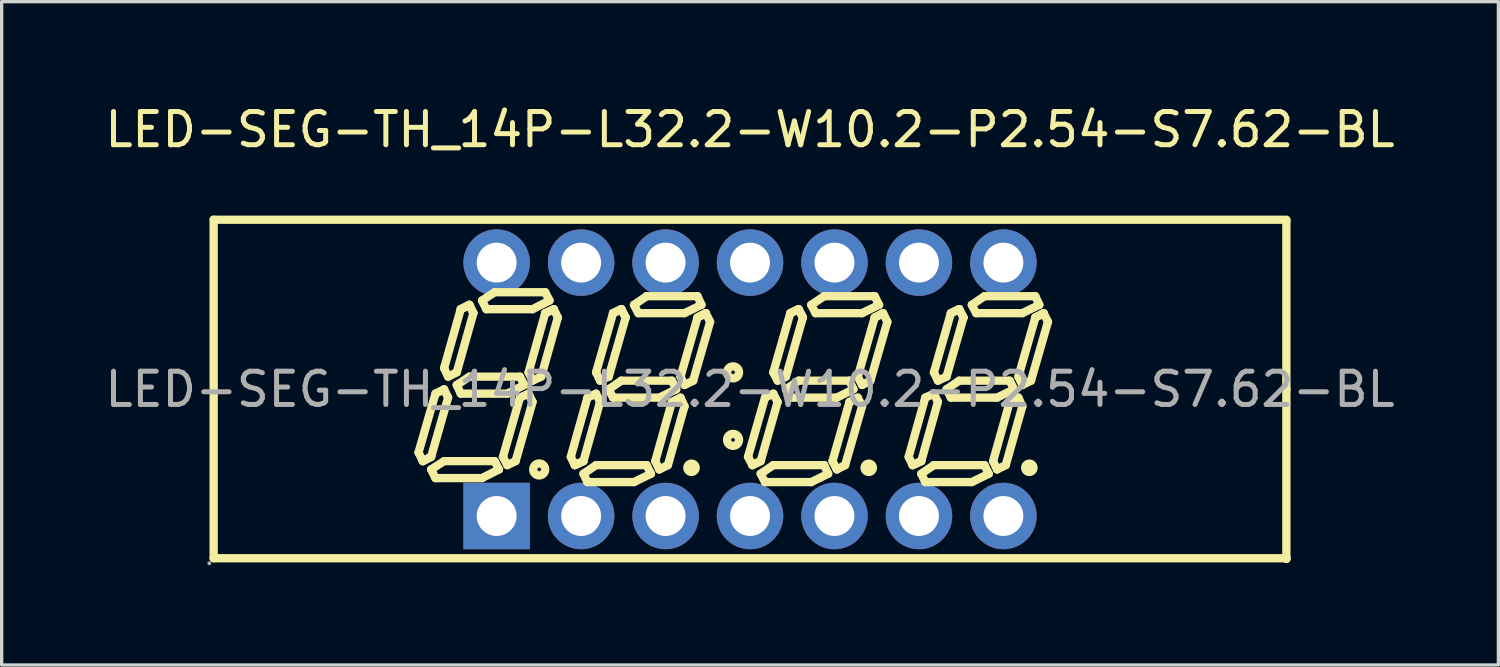
<source format=kicad_pcb>
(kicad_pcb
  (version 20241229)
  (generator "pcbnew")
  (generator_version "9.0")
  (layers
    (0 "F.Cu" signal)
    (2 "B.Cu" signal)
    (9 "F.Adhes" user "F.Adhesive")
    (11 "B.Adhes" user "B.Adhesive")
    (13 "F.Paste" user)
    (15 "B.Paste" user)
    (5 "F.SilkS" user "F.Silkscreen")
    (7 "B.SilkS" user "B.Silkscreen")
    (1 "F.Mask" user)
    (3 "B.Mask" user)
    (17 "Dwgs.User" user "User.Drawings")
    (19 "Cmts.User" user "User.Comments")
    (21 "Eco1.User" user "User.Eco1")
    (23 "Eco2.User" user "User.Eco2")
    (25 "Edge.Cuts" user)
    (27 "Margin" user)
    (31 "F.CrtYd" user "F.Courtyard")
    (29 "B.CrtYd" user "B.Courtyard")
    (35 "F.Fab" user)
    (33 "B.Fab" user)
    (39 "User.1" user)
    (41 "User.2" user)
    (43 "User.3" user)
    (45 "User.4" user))
  (footprint "LED-SEG-TH_14P-L32.2-W10.2-P2.54-S7.62-BL"
    (layer "F.Cu")
    (at 19.506 8.658)
    (property "Reference" "LED-SEG-TH_14P-L32.2-W10.2-P2.54-S7.62-BL" (at 0 -7.81 0) (layer "F.SilkS") (effects (font (size 1 1) (thickness 0.15))))
    (attr through_hole)
    (fp_line (start -16.13 -5.1) (end -16.13 5.08) (stroke (width 0.25) (type solid)) (layer "F.SilkS"))
    (fp_line (start -16.13 5.08) (end 16.13 5.08) (stroke (width 0.25) (type solid)) (layer "F.SilkS"))
    (fp_line (start -9.97 1.9) (end -9.84 2.16) (stroke (width 0.25) (type solid)) (layer "F.SilkS"))
    (fp_line (start -9.84 2.16) (end -9.59 2.03) (stroke (width 0.25) (type solid)) (layer "F.SilkS"))
    (fp_line (start -9.84 2.16) (end -9.59 2.03) (stroke (width 0.25) (type solid)) (layer "F.SilkS"))
    (fp_line (start -9.59 2.03) (end -9.08 0.25) (stroke (width 0.25) (type solid)) (layer "F.SilkS"))
    (fp_line (start -9.59 2.41) (end -9.2 2.16) (stroke (width 0.25) (type solid)) (layer "F.SilkS"))
    (fp_line (start -9.46 0.13) (end -9.97 1.9) (stroke (width 0.25) (type solid)) (layer "F.SilkS"))
    (fp_line (start -9.46 2.67) (end -9.59 2.41) (stroke (width 0.25) (type solid)) (layer "F.SilkS"))
    (fp_line (start -9.2 -0.64) (end -9.08 -0.38) (stroke (width 0.25) (type solid)) (layer "F.SilkS"))
    (fp_line (start -9.2 0) (end -9.46 0.13) (stroke (width 0.25) (type solid)) (layer "F.SilkS"))
    (fp_line (start -9.2 2.16) (end -7.68 2.16) (stroke (width 0.25) (type solid)) (layer "F.SilkS"))
    (fp_line (start -9.08 -0.38) (end -8.82 -0.51) (stroke (width 0.25) (type solid)) (layer "F.SilkS"))
    (fp_line (start -9.08 0.25) (end -9.2 0) (stroke (width 0.25) (type solid)) (layer "F.SilkS"))
    (fp_line (start -8.82 -0.51) (end -8.32 -2.29) (stroke (width 0.25) (type solid)) (layer "F.SilkS"))
    (fp_line (start -8.82 -0.13) (end -8.44 -0.38) (stroke (width 0.25) (type solid)) (layer "F.SilkS"))
    (fp_line (start -8.7 -2.41) (end -9.2 -0.64) (stroke (width 0.25) (type solid)) (layer "F.SilkS"))
    (fp_line (start -8.7 -2.41) (end -8.44 -2.54) (stroke (width 0.25) (type solid)) (layer "F.SilkS"))
    (fp_line (start -8.7 0.13) (end -8.82 -0.13) (stroke (width 0.25) (type solid)) (layer "F.SilkS"))
    (fp_line (start -8.44 -2.54) (end -8.7 -2.41) (stroke (width 0.25) (type solid)) (layer "F.SilkS"))
    (fp_line (start -8.44 -2.54) (end -8.32 -2.29) (stroke (width 0.25) (type solid)) (layer "F.SilkS"))
    (fp_line (start -8.44 -0.38) (end -6.92 -0.38) (stroke (width 0.25) (type solid)) (layer "F.SilkS"))
    (fp_line (start -8.32 -2.29) (end -8.44 -2.54) (stroke (width 0.25) (type solid)) (layer "F.SilkS"))
    (fp_line (start -8.06 -2.67) (end -7.68 -2.92) (stroke (width 0.25) (type solid)) (layer "F.SilkS"))
    (fp_line (start -8.06 2.67) (end -9.46 2.67) (stroke (width 0.25) (type solid)) (layer "F.SilkS"))
    (fp_line (start -7.93 -2.41) (end -8.06 -2.67) (stroke (width 0.25) (type solid)) (layer "F.SilkS"))
    (fp_line (start -7.68 -2.92) (end -6.16 -2.92) (stroke (width 0.25) (type solid)) (layer "F.SilkS"))
    (fp_line (start -7.68 2.16) (end -7.55 2.41) (stroke (width 0.25) (type solid)) (layer "F.SilkS"))
    (fp_line (start -7.55 2.41) (end -8.06 2.67) (stroke (width 0.25) (type solid)) (layer "F.SilkS"))
    (fp_line (start -7.43 2.03) (end -7.3 2.28) (stroke (width 0.25) (type solid)) (layer "F.SilkS"))
    (fp_line (start -7.3 0.13) (end -8.7 0.13) (stroke (width 0.25) (type solid)) (layer "F.SilkS"))
    (fp_line (start -7.3 2.28) (end -7.05 2.16) (stroke (width 0.25) (type solid)) (layer "F.SilkS"))
    (fp_line (start -7.05 2.16) (end -6.54 0.38) (stroke (width 0.25) (type solid)) (layer "F.SilkS"))
    (fp_line (start -6.92 -0.38) (end -6.79 -0.13) (stroke (width 0.25) (type solid)) (layer "F.SilkS"))
    (fp_line (start -6.92 0.25) (end -7.43 2.03) (stroke (width 0.25) (type solid)) (layer "F.SilkS"))
    (fp_line (start -6.79 -0.13) (end -7.3 0.13) (stroke (width 0.25) (type solid)) (layer "F.SilkS"))
    (fp_line (start -6.66 -0.51) (end -6.16 -2.29) (stroke (width 0.25) (type solid)) (layer "F.SilkS"))
    (fp_line (start -6.66 0.13) (end -6.92 0.25) (stroke (width 0.25) (type solid)) (layer "F.SilkS"))
    (fp_line (start -6.54 -2.41) (end -7.93 -2.41) (stroke (width 0.25) (type solid)) (layer "F.SilkS"))
    (fp_line (start -6.54 -0.26) (end -6.66 -0.51) (stroke (width 0.25) (type solid)) (layer "F.SilkS"))
    (fp_line (start -6.54 0.38) (end -6.66 0.13) (stroke (width 0.25) (type solid)) (layer "F.SilkS"))
    (fp_line (start -6.28 -0.38) (end -6.54 -0.26) (stroke (width 0.25) (type solid)) (layer "F.SilkS"))
    (fp_line (start -6.16 -2.92) (end -6.03 -2.67) (stroke (width 0.25) (type solid)) (layer "F.SilkS"))
    (fp_line (start -6.16 -2.29) (end -5.9 -2.41) (stroke (width 0.25) (type solid)) (layer "F.SilkS"))
    (fp_line (start -6.03 -2.67) (end -6.54 -2.41) (stroke (width 0.25) (type solid)) (layer "F.SilkS"))
    (fp_line (start -5.9 -2.41) (end -6.16 -2.29) (stroke (width 0.25) (type solid)) (layer "F.SilkS"))
    (fp_line (start -5.9 -2.41) (end -5.78 -2.16) (stroke (width 0.25) (type solid)) (layer "F.SilkS"))
    (fp_line (start -5.78 -2.16) (end -6.28 -0.38) (stroke (width 0.25) (type solid)) (layer "F.SilkS"))
    (fp_line (start -5.39 2.03) (end -5.27 2.28) (stroke (width 0.25) (type solid)) (layer "F.SilkS"))
    (fp_line (start -5.27 2.28) (end -5.01 2.16) (stroke (width 0.25) (type solid)) (layer "F.SilkS"))
    (fp_line (start -5.27 2.28) (end -5.01 2.16) (stroke (width 0.25) (type solid)) (layer "F.SilkS"))
    (fp_line (start -5.01 2.16) (end -4.51 0.38) (stroke (width 0.25) (type solid)) (layer "F.SilkS"))
    (fp_line (start -5.01 2.54) (end -4.63 2.28) (stroke (width 0.25) (type solid)) (layer "F.SilkS"))
    (fp_line (start -4.89 0.25) (end -5.39 2.03) (stroke (width 0.25) (type solid)) (layer "F.SilkS"))
    (fp_line (start -4.89 2.79) (end -5.01 2.54) (stroke (width 0.25) (type solid)) (layer "F.SilkS"))
    (fp_line (start -4.63 -0.51) (end -4.51 -0.26) (stroke (width 0.25) (type solid)) (layer "F.SilkS"))
    (fp_line (start -4.63 0.13) (end -4.89 0.25) (stroke (width 0.25) (type solid)) (layer "F.SilkS"))
    (fp_line (start -4.63 2.28) (end -3.11 2.28) (stroke (width 0.25) (type solid)) (layer "F.SilkS"))
    (fp_line (start -4.51 -0.26) (end -4.25 -0.38) (stroke (width 0.25) (type solid)) (layer "F.SilkS"))
    (fp_line (start -4.51 0.38) (end -4.63 0.13) (stroke (width 0.25) (type solid)) (layer "F.SilkS"))
    (fp_line (start -4.25 -0.38) (end -3.74 -2.16) (stroke (width 0.25) (type solid)) (layer "F.SilkS"))
    (fp_line (start -4.25 0) (end -3.87 -0.26) (stroke (width 0.25) (type solid)) (layer "F.SilkS"))
    (fp_line (start -4.12 -2.29) (end -4.63 -0.51) (stroke (width 0.25) (type solid)) (layer "F.SilkS"))
    (fp_line (start -4.12 -2.29) (end -3.87 -2.41) (stroke (width 0.25) (type solid)) (layer "F.SilkS"))
    (fp_line (start -4.12 0.25) (end -4.25 0) (stroke (width 0.25) (type solid)) (layer "F.SilkS"))
    (fp_line (start -3.87 -2.41) (end -4.12 -2.29) (stroke (width 0.25) (type solid)) (layer "F.SilkS"))
    (fp_line (start -3.87 -2.41) (end -3.74 -2.16) (stroke (width 0.25) (type solid)) (layer "F.SilkS"))
    (fp_line (start -3.87 -0.26) (end -2.35 -0.26) (stroke (width 0.25) (type solid)) (layer "F.SilkS"))
    (fp_line (start -3.74 -2.16) (end -3.87 -2.41) (stroke (width 0.25) (type solid)) (layer "F.SilkS"))
    (fp_line (start -3.49 -2.54) (end -3.11 -2.8) (stroke (width 0.25) (type solid)) (layer "F.SilkS"))
    (fp_line (start -3.49 2.79) (end -4.89 2.79) (stroke (width 0.25) (type solid)) (layer "F.SilkS"))
    (fp_line (start -3.36 -2.29) (end -3.49 -2.54) (stroke (width 0.25) (type solid)) (layer "F.SilkS"))
    (fp_line (start -3.11 -2.8) (end -1.58 -2.8) (stroke (width 0.25) (type solid)) (layer "F.SilkS"))
    (fp_line (start -3.11 2.28) (end -2.98 2.54) (stroke (width 0.25) (type solid)) (layer "F.SilkS"))
    (fp_line (start -2.98 2.54) (end -3.49 2.79) (stroke (width 0.25) (type solid)) (layer "F.SilkS"))
    (fp_line (start -2.85 2.16) (end -2.73 2.41) (stroke (width 0.25) (type solid)) (layer "F.SilkS"))
    (fp_line (start -2.73 0.25) (end -4.12 0.25) (stroke (width 0.25) (type solid)) (layer "F.SilkS"))
    (fp_line (start -2.73 2.41) (end -2.47 2.28) (stroke (width 0.25) (type solid)) (layer "F.SilkS"))
    (fp_line (start -2.47 2.28) (end -1.97 0.51) (stroke (width 0.25) (type solid)) (layer "F.SilkS"))
    (fp_line (start -2.35 -0.26) (end -2.22 0) (stroke (width 0.25) (type solid)) (layer "F.SilkS"))
    (fp_line (start -2.35 0.38) (end -2.85 2.16) (stroke (width 0.25) (type solid)) (layer "F.SilkS"))
    (fp_line (start -2.22 0) (end -2.73 0.25) (stroke (width 0.25) (type solid)) (layer "F.SilkS"))
    (fp_line (start -2.09 -0.38) (end -1.58 -2.16) (stroke (width 0.25) (type solid)) (layer "F.SilkS"))
    (fp_line (start -2.09 0.25) (end -2.35 0.38) (stroke (width 0.25) (type solid)) (layer "F.SilkS"))
    (fp_line (start -1.97 -2.29) (end -3.36 -2.29) (stroke (width 0.25) (type solid)) (layer "F.SilkS"))
    (fp_line (start -1.97 -0.13) (end -2.09 -0.38) (stroke (width 0.25) (type solid)) (layer "F.SilkS"))
    (fp_line (start -1.97 0.51) (end -2.09 0.25) (stroke (width 0.25) (type solid)) (layer "F.SilkS"))
    (fp_line (start -1.71 -0.26) (end -1.97 -0.13) (stroke (width 0.25) (type solid)) (layer "F.SilkS"))
    (fp_line (start -1.58 -2.8) (end -1.46 -2.54) (stroke (width 0.25) (type solid)) (layer "F.SilkS"))
    (fp_line (start -1.58 -2.16) (end -1.33 -2.29) (stroke (width 0.25) (type solid)) (layer "F.SilkS"))
    (fp_line (start -1.46 -2.54) (end -1.97 -2.29) (stroke (width 0.25) (type solid)) (layer "F.SilkS"))
    (fp_line (start -1.33 -2.29) (end -1.58 -2.16) (stroke (width 0.25) (type solid)) (layer "F.SilkS"))
    (fp_line (start -1.33 -2.29) (end -1.2 -2.03) (stroke (width 0.25) (type solid)) (layer "F.SilkS"))
    (fp_line (start -1.2 -2.03) (end -1.71 -0.26) (stroke (width 0.25) (type solid)) (layer "F.SilkS"))
    (fp_line (start -0.06 2.03) (end 0.07 2.28) (stroke (width 0.25) (type solid)) (layer "F.SilkS"))
    (fp_line (start 0.07 2.28) (end 0.32 2.16) (stroke (width 0.25) (type solid)) (layer "F.SilkS"))
    (fp_line (start 0.07 2.28) (end 0.32 2.16) (stroke (width 0.25) (type solid)) (layer "F.SilkS"))
    (fp_line (start 0.32 2.16) (end 0.83 0.38) (stroke (width 0.25) (type solid)) (layer "F.SilkS"))
    (fp_line (start 0.32 2.54) (end 0.7 2.28) (stroke (width 0.25) (type solid)) (layer "F.SilkS"))
    (fp_line (start 0.45 0.25) (end -0.06 2.03) (stroke (width 0.25) (type solid)) (layer "F.SilkS"))
    (fp_line (start 0.45 2.79) (end 0.32 2.54) (stroke (width 0.25) (type solid)) (layer "F.SilkS"))
    (fp_line (start 0.7 -0.51) (end 0.83 -0.26) (stroke (width 0.25) (type solid)) (layer "F.SilkS"))
    (fp_line (start 0.7 0.13) (end 0.45 0.25) (stroke (width 0.25) (type solid)) (layer "F.SilkS"))
    (fp_line (start 0.7 2.28) (end 2.23 2.28) (stroke (width 0.25) (type solid)) (layer "F.SilkS"))
    (fp_line (start 0.83 -0.26) (end 1.08 -0.38) (stroke (width 0.25) (type solid)) (layer "F.SilkS"))
    (fp_line (start 0.83 0.38) (end 0.7 0.13) (stroke (width 0.25) (type solid)) (layer "F.SilkS"))
    (fp_line (start 1.08 -0.38) (end 1.59 -2.16) (stroke (width 0.25) (type solid)) (layer "F.SilkS"))
    (fp_line (start 1.08 0) (end 1.46 -0.26) (stroke (width 0.25) (type solid)) (layer "F.SilkS"))
    (fp_line (start 1.21 -2.29) (end 0.7 -0.51) (stroke (width 0.25) (type solid)) (layer "F.SilkS"))
    (fp_line (start 1.21 -2.29) (end 1.46 -2.41) (stroke (width 0.25) (type solid)) (layer "F.SilkS"))
    (fp_line (start 1.21 0.25) (end 1.08 0) (stroke (width 0.25) (type solid)) (layer "F.SilkS"))
    (fp_line (start 1.46 -2.41) (end 1.21 -2.29) (stroke (width 0.25) (type solid)) (layer "F.SilkS"))
    (fp_line (start 1.46 -2.41) (end 1.59 -2.16) (stroke (width 0.25) (type solid)) (layer "F.SilkS"))
    (fp_line (start 1.46 -0.26) (end 2.99 -0.26) (stroke (width 0.25) (type solid)) (layer "F.SilkS"))
    (fp_line (start 1.59 -2.16) (end 1.46 -2.41) (stroke (width 0.25) (type solid)) (layer "F.SilkS"))
    (fp_line (start 1.84 -2.54) (end 2.23 -2.8) (stroke (width 0.25) (type solid)) (layer "F.SilkS"))
    (fp_line (start 1.84 2.79) (end 0.45 2.79) (stroke (width 0.25) (type solid)) (layer "F.SilkS"))
    (fp_line (start 1.97 -2.29) (end 1.84 -2.54) (stroke (width 0.25) (type solid)) (layer "F.SilkS"))
    (fp_line (start 2.23 -2.8) (end 3.75 -2.8) (stroke (width 0.25) (type solid)) (layer "F.SilkS"))
    (fp_line (start 2.23 2.28) (end 2.35 2.54) (stroke (width 0.25) (type solid)) (layer "F.SilkS"))
    (fp_line (start 2.35 2.54) (end 1.84 2.79) (stroke (width 0.25) (type solid)) (layer "F.SilkS"))
    (fp_line (start 2.48 2.16) (end 2.61 2.41) (stroke (width 0.25) (type solid)) (layer "F.SilkS"))
    (fp_line (start 2.61 0.25) (end 1.21 0.25) (stroke (width 0.25) (type solid)) (layer "F.SilkS"))
    (fp_line (start 2.61 2.41) (end 2.86 2.28) (stroke (width 0.25) (type solid)) (layer "F.SilkS"))
    (fp_line (start 2.86 2.28) (end 3.37 0.51) (stroke (width 0.25) (type solid)) (layer "F.SilkS"))
    (fp_line (start 2.99 -0.26) (end 3.11 0) (stroke (width 0.25) (type solid)) (layer "F.SilkS"))
    (fp_line (start 2.99 0.38) (end 2.48 2.16) (stroke (width 0.25) (type solid)) (layer "F.SilkS"))
    (fp_line (start 3.11 0) (end 2.61 0.25) (stroke (width 0.25) (type solid)) (layer "F.SilkS"))
    (fp_line (start 3.24 -0.38) (end 3.75 -2.16) (stroke (width 0.25) (type solid)) (layer "F.SilkS"))
    (fp_line (start 3.24 0.25) (end 2.99 0.38) (stroke (width 0.25) (type solid)) (layer "F.SilkS"))
    (fp_line (start 3.37 -2.29) (end 1.97 -2.29) (stroke (width 0.25) (type solid)) (layer "F.SilkS"))
    (fp_line (start 3.37 -0.13) (end 3.24 -0.38) (stroke (width 0.25) (type solid)) (layer "F.SilkS"))
    (fp_line (start 3.37 0.51) (end 3.24 0.25) (stroke (width 0.25) (type solid)) (layer "F.SilkS"))
    (fp_line (start 3.62 -0.26) (end 3.37 -0.13) (stroke (width 0.25) (type solid)) (layer "F.SilkS"))
    (fp_line (start 3.75 -2.8) (end 3.88 -2.54) (stroke (width 0.25) (type solid)) (layer "F.SilkS"))
    (fp_line (start 3.75 -2.16) (end 4 -2.29) (stroke (width 0.25) (type solid)) (layer "F.SilkS"))
    (fp_line (start 3.88 -2.54) (end 3.37 -2.29) (stroke (width 0.25) (type solid)) (layer "F.SilkS"))
    (fp_line (start 4 -2.29) (end 3.75 -2.16) (stroke (width 0.25) (type solid)) (layer "F.SilkS"))
    (fp_line (start 4 -2.29) (end 4.13 -2.03) (stroke (width 0.25) (type solid)) (layer "F.SilkS"))
    (fp_line (start 4.13 -2.03) (end 3.62 -0.26) (stroke (width 0.25) (type solid)) (layer "F.SilkS"))
    (fp_line (start 4.77 2.03) (end 4.89 2.28) (stroke (width 0.25) (type solid)) (layer "F.SilkS"))
    (fp_line (start 4.89 2.28) (end 5.15 2.16) (stroke (width 0.25) (type solid)) (layer "F.SilkS"))
    (fp_line (start 4.89 2.28) (end 5.15 2.16) (stroke (width 0.25) (type solid)) (layer "F.SilkS"))
    (fp_line (start 5.15 2.16) (end 5.65 0.38) (stroke (width 0.25) (type solid)) (layer "F.SilkS"))
    (fp_line (start 5.15 2.54) (end 5.53 2.28) (stroke (width 0.25) (type solid)) (layer "F.SilkS"))
    (fp_line (start 5.27 0.25) (end 4.77 2.03) (stroke (width 0.25) (type solid)) (layer "F.SilkS"))
    (fp_line (start 5.27 2.79) (end 5.15 2.54) (stroke (width 0.25) (type solid)) (layer "F.SilkS"))
    (fp_line (start 5.53 -0.51) (end 5.65 -0.26) (stroke (width 0.25) (type solid)) (layer "F.SilkS"))
    (fp_line (start 5.53 0.13) (end 5.27 0.25) (stroke (width 0.25) (type solid)) (layer "F.SilkS"))
    (fp_line (start 5.53 2.28) (end 7.05 2.28) (stroke (width 0.25) (type solid)) (layer "F.SilkS"))
    (fp_line (start 5.65 -0.26) (end 5.91 -0.38) (stroke (width 0.25) (type solid)) (layer "F.SilkS"))
    (fp_line (start 5.65 0.38) (end 5.53 0.13) (stroke (width 0.25) (type solid)) (layer "F.SilkS"))
    (fp_line (start 5.91 -0.38) (end 6.42 -2.16) (stroke (width 0.25) (type solid)) (layer "F.SilkS"))
    (fp_line (start 5.91 0) (end 6.29 -0.26) (stroke (width 0.25) (type solid)) (layer "F.SilkS"))
    (fp_line (start 6.04 -2.29) (end 5.53 -0.51) (stroke (width 0.25) (type solid)) (layer "F.SilkS"))
    (fp_line (start 6.04 -2.29) (end 6.29 -2.41) (stroke (width 0.25) (type solid)) (layer "F.SilkS"))
    (fp_line (start 6.04 0.25) (end 5.91 0) (stroke (width 0.25) (type solid)) (layer "F.SilkS"))
    (fp_line (start 6.29 -2.41) (end 6.04 -2.29) (stroke (width 0.25) (type solid)) (layer "F.SilkS"))
    (fp_line (start 6.29 -2.41) (end 6.42 -2.16) (stroke (width 0.25) (type solid)) (layer "F.SilkS"))
    (fp_line (start 6.29 -0.26) (end 7.81 -0.26) (stroke (width 0.25) (type solid)) (layer "F.SilkS"))
    (fp_line (start 6.42 -2.16) (end 6.29 -2.41) (stroke (width 0.25) (type solid)) (layer "F.SilkS"))
    (fp_line (start 6.67 -2.54) (end 7.05 -2.8) (stroke (width 0.25) (type solid)) (layer "F.SilkS"))
    (fp_line (start 6.67 2.79) (end 5.27 2.79) (stroke (width 0.25) (type solid)) (layer "F.SilkS"))
    (fp_line (start 6.8 -2.29) (end 6.67 -2.54) (stroke (width 0.25) (type solid)) (layer "F.SilkS"))
    (fp_line (start 7.05 -2.8) (end 8.58 -2.8) (stroke (width 0.25) (type solid)) (layer "F.SilkS"))
    (fp_line (start 7.05 2.28) (end 7.18 2.54) (stroke (width 0.25) (type solid)) (layer "F.SilkS"))
    (fp_line (start 7.18 2.54) (end 6.67 2.79) (stroke (width 0.25) (type solid)) (layer "F.SilkS"))
    (fp_line (start 7.31 2.16) (end 7.43 2.41) (stroke (width 0.25) (type solid)) (layer "F.SilkS"))
    (fp_line (start 7.43 0.25) (end 6.04 0.25) (stroke (width 0.25) (type solid)) (layer "F.SilkS"))
    (fp_line (start 7.43 2.41) (end 7.69 2.28) (stroke (width 0.25) (type solid)) (layer "F.SilkS"))
    (fp_line (start 7.69 2.28) (end 8.19 0.51) (stroke (width 0.25) (type solid)) (layer "F.SilkS"))
    (fp_line (start 7.81 -0.26) (end 7.94 0) (stroke (width 0.25) (type solid)) (layer "F.SilkS"))
    (fp_line (start 7.81 0.38) (end 7.31 2.16) (stroke (width 0.25) (type solid)) (layer "F.SilkS"))
    (fp_line (start 7.94 0) (end 7.43 0.25) (stroke (width 0.25) (type solid)) (layer "F.SilkS"))
    (fp_line (start 8.07 -0.38) (end 8.58 -2.16) (stroke (width 0.25) (type solid)) (layer "F.SilkS"))
    (fp_line (start 8.07 0.25) (end 7.81 0.38) (stroke (width 0.25) (type solid)) (layer "F.SilkS"))
    (fp_line (start 8.19 -2.29) (end 6.8 -2.29) (stroke (width 0.25) (type solid)) (layer "F.SilkS"))
    (fp_line (start 8.19 -0.13) (end 8.07 -0.38) (stroke (width 0.25) (type solid)) (layer "F.SilkS"))
    (fp_line (start 8.19 0.51) (end 8.07 0.25) (stroke (width 0.25) (type solid)) (layer "F.SilkS"))
    (fp_line (start 8.45 -0.26) (end 8.19 -0.13) (stroke (width 0.25) (type solid)) (layer "F.SilkS"))
    (fp_line (start 8.58 -2.8) (end 8.7 -2.54) (stroke (width 0.25) (type solid)) (layer "F.SilkS"))
    (fp_line (start 8.58 -2.16) (end 8.83 -2.29) (stroke (width 0.25) (type solid)) (layer "F.SilkS"))
    (fp_line (start 8.7 -2.54) (end 8.19 -2.29) (stroke (width 0.25) (type solid)) (layer "F.SilkS"))
    (fp_line (start 8.83 -2.29) (end 8.58 -2.16) (stroke (width 0.25) (type solid)) (layer "F.SilkS"))
    (fp_line (start 8.83 -2.29) (end 8.96 -2.03) (stroke (width 0.25) (type solid)) (layer "F.SilkS"))
    (fp_line (start 8.96 -2.03) (end 8.45 -0.26) (stroke (width 0.25) (type solid)) (layer "F.SilkS"))
    (fp_line (start 16.13 -5.1) (end -16.13 -5.1) (stroke (width 0.25) (type solid)) (layer "F.SilkS"))
    (fp_line (start 16.13 0) (end 16.13 -5.08) (stroke (width 0.25) (type solid)) (layer "F.SilkS"))
    (fp_line (start 16.13 5.08) (end 16.13 5.1) (stroke (width 0.25) (type solid)) (layer "F.SilkS"))
    (fp_line (start 16.13 5.1) (end 16.13 0) (stroke (width 0.25) (type solid)) (layer "F.SilkS"))
    (fp_arc (start -6.33 2.23) (mid -6.345001 2.590208) (end -6.340001 2.229722) (stroke (width 0.25) (type solid)) (layer "F.SilkS"))
    (fp_arc (start -1.76 2.36) (mid -1.76 2.36) (end -1.76 2.36) (stroke (width 0.25) (type solid)) (layer "F.SilkS"))
    (fp_arc (start -0.5 -0.69) (mid -0.515001 -0.329792) (end -0.510001 -0.690278) (stroke (width 0.25) (type solid)) (layer "F.SilkS"))
    (fp_arc (start -0.5 1.34) (mid -0.515001 1.700208) (end -0.510001 1.339722) (stroke (width 0.25) (type solid)) (layer "F.SilkS"))
    (fp_arc (start 3.57 2.36) (mid 3.57 2.36) (end 3.57 2.36) (stroke (width 0.25) (type solid)) (layer "F.SilkS"))
    (fp_arc (start 8.4 2.36) (mid 8.4 2.36) (end 8.4 2.36) (stroke (width 0.25) (type solid)) (layer "F.SilkS"))
    (fp_circle (center -16.26 5.23) (end -16.23 5.23) (stroke (width 0.06) (type solid)) (fill no) (layer "F.Fab"))
    (fp_circle (center -7.62 -3.81) (end -7.37 -3.81) (stroke (width 0.5) (type solid)) (fill no) (layer "F.Fab"))
    (fp_circle (center -7.62 3.81) (end -7.37 3.81) (stroke (width 0.5) (type solid)) (fill no) (layer "F.Fab"))
    (fp_circle (center -5.08 -3.81) (end -4.83 -3.81) (stroke (width 0.5) (type solid)) (fill no) (layer "F.Fab"))
    (fp_circle (center -5.08 3.81) (end -4.83 3.81) (stroke (width 0.5) (type solid)) (fill no) (layer "F.Fab"))
    (fp_circle (center -2.54 -3.81) (end -2.29 -3.81) (stroke (width 0.5) (type solid)) (fill no) (layer "F.Fab"))
    (fp_circle (center -2.54 3.81) (end -2.29 3.81) (stroke (width 0.5) (type solid)) (fill no) (layer "F.Fab"))
    (fp_circle (center 0 -3.81) (end 0.25 -3.81) (stroke (width 0.5) (type solid)) (fill no) (layer "F.Fab"))
    (fp_circle (center 0 3.81) (end 0.25 3.81) (stroke (width 0.5) (type solid)) (fill no) (layer "F.Fab"))
    (fp_circle (center 2.54 -3.81) (end 2.79 -3.81) (stroke (width 0.5) (type solid)) (fill no) (layer "F.Fab"))
    (fp_circle (center 2.54 3.81) (end 2.79 3.81) (stroke (width 0.5) (type solid)) (fill no) (layer "F.Fab"))
    (fp_circle (center 5.08 -3.81) (end 5.33 -3.81) (stroke (width 0.5) (type solid)) (fill no) (layer "F.Fab"))
    (fp_circle (center 5.08 3.81) (end 5.33 3.81) (stroke (width 0.5) (type solid)) (fill no) (layer "F.Fab"))
    (fp_circle (center 7.62 -3.81) (end 7.87 -3.81) (stroke (width 0.5) (type solid)) (fill no) (layer "F.Fab"))
    (fp_circle (center 7.62 3.81) (end 7.87 3.81) (stroke (width 0.5) (type solid)) (fill no) (layer "F.Fab"))
    (fp_text user "${REFERENCE}" (at 0 0 0) (layer "F.Fab") (effects (font (size 1 1) (thickness 0.15))))
    (pad "1" thru_hole rect (at -7.62 3.81) (size 2 2) (drill 1.2) (layers "*.Cu" "*.Paste" "*.Mask"))
    (pad "2" thru_hole circle (at -5.08 3.81) (size 2 2) (drill 1.2) (layers "*.Cu" "*.Paste" "*.Mask"))
    (pad "3" thru_hole circle (at -2.54 3.81) (size 2 2) (drill 1.2) (layers "*.Cu" "*.Paste" "*.Mask"))
    (pad "4" thru_hole circle (at 0 3.81) (size 2 2) (drill 1.2) (layers "*.Cu" "*.Paste" "*.Mask"))
    (pad "5" thru_hole circle (at 2.54 3.81) (size 2 2) (drill 1.2) (layers "*.Cu" "*.Paste" "*.Mask"))
    (pad "6" thru_hole circle (at 5.08 3.81) (size 2 2) (drill 1.2) (layers "*.Cu" "*.Paste" "*.Mask"))
    (pad "7" thru_hole circle (at 7.62 3.81) (size 2 2) (drill 1.2) (layers "*.Cu" "*.Paste" "*.Mask"))
    (pad "8" thru_hole circle (at 7.62 -3.81) (size 2 2) (drill 1.2) (layers "*.Cu" "*.Paste" "*.Mask"))
    (pad "9" thru_hole circle (at 5.08 -3.81) (size 2 2) (drill 1.2) (layers "*.Cu" "*.Paste" "*.Mask"))
    (pad "10" thru_hole circle (at 2.54 -3.81) (size 2 2) (drill 1.2) (layers "*.Cu" "*.Paste" "*.Mask"))
    (pad "11" thru_hole circle (at 0 -3.81) (size 2 2) (drill 1.2) (layers "*.Cu" "*.Paste" "*.Mask"))
    (pad "12" thru_hole circle (at -2.54 -3.81) (size 2 2) (drill 1.2) (layers "*.Cu" "*.Paste" "*.Mask"))
    (pad "13" thru_hole circle (at -5.08 -3.81) (size 2 2) (drill 1.2) (layers "*.Cu" "*.Paste" "*.Mask"))
    (pad "14" thru_hole circle (at -7.62 -3.81) (size 2 2) (drill 1.2) (layers "*.Cu" "*.Paste" "*.Mask")))
  (gr_rect
    (start -3 -3)
    (end 42.012 16.948)
    (stroke (width 0.1) (type default))
    (fill no)
    (layer "Edge.Cuts")))
</source>
